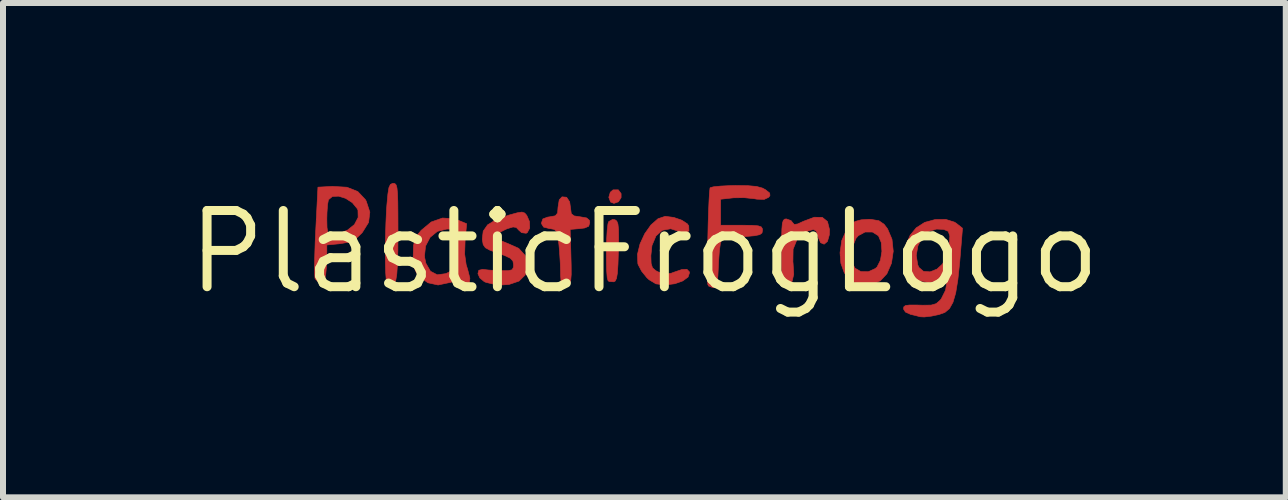
<source format=kicad_pcb>
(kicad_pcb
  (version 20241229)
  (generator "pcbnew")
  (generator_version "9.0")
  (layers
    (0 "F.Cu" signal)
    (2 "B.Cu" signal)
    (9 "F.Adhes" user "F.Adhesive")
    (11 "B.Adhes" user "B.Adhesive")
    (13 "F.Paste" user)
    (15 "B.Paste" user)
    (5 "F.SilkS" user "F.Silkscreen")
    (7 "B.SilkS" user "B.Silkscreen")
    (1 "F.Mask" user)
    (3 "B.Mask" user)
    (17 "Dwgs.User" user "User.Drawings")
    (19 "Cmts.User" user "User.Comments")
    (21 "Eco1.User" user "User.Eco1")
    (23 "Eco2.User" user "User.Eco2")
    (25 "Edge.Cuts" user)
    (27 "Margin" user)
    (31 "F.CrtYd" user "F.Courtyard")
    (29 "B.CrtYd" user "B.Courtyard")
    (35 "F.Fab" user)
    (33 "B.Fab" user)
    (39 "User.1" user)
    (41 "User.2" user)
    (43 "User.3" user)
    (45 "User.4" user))
  (footprint "PlasticFrogLogo"
    (layer "F.Cu")
    (at 7.688 1.148)
    (property "Reference" "PlasticFrogLogo" (at 0 0 0) (layer "F.SilkS") (effects (font (size 1.27 1.27) (thickness 0.15))))
    (attr through_hole)
    (fp_poly (pts (xy -0.388 -0.972) (xy -0.388 -0.905) (xy -0.433 -0.835) (xy -0.507 -0.809) (xy -0.563 -0.831) (xy -0.593 -0.91) (xy -0.568 -0.995) (xy -0.522 -1.034) (xy -0.435 -1.035) (xy -0.388 -0.972)) (stroke (width 0.01) (type solid)) (fill yes) (layer "F.Cu"))
    (fp_poly (pts (xy -0.49 -0.536) (xy -0.46 -0.514) (xy -0.441 -0.466) (xy -0.431 -0.376) (xy -0.429 -0.232) (xy -0.432 -0.017) (xy -0.433 -0.012) (xy -0.44 0.206) (xy -0.45 0.353) (xy -0.465 0.442) (xy -0.487 0.486) (xy -0.51 0.498) (xy -0.585 0.493) (xy -0.605 0.481) (xy -0.62 0.426) (xy -0.629 0.307) (xy -0.633 0.148) (xy -0.633 -0.031) (xy -0.629 -0.208) (xy -0.62 -0.361) (xy -0.607 -0.468) (xy -0.596 -0.504) (xy -0.53 -0.542) (xy -0.49 -0.536)) (stroke (width 0.01) (type solid)) (fill yes) (layer "F.Cu"))
    (fp_poly (pts (xy -4.157 -1.138) (xy -4.137 -1.116) (xy -4.123 -1.066) (xy -4.114 -0.976) (xy -4.109 -0.835) (xy -4.107 -0.632) (xy -4.106 -0.356) (xy -4.106 -0.347) (xy -4.108 -0.031) (xy -4.115 0.206) (xy -4.126 0.371) (xy -4.142 0.468) (xy -4.157 0.5) (xy -4.23 0.548) (xy -4.289 0.522) (xy -4.29 0.522) (xy -4.302 0.468) (xy -4.311 0.346) (xy -4.316 0.173) (xy -4.317 -0.035) (xy -4.314 -0.262) (xy -4.307 -0.49) (xy -4.297 -0.704) (xy -4.29 -0.794) (xy -4.274 -0.967) (xy -4.257 -1.072) (xy -4.232 -1.125) (xy -4.196 -1.142) (xy -4.185 -1.143) (xy -4.157 -1.138)) (stroke (width 0.01) (type solid)) (fill yes) (layer "F.Cu"))
    (fp_poly (pts (xy 2.965 -0.576) (xy 3.051 -0.506) (xy 3.085 -0.371) (xy 3.082 -0.284) (xy 3.05 -0.174) (xy 2.995 -0.129) (xy 2.936 -0.154) (xy 2.894 -0.251) (xy 2.866 -0.344) (xy 2.819 -0.375) (xy 2.732 -0.35) (xy 2.671 -0.319) (xy 2.544 -0.209) (xy 2.478 -0.045) (xy 2.475 0.166) (xy 2.477 0.182) (xy 2.489 0.372) (xy 2.46 0.495) (xy 2.389 0.548) (xy 2.368 0.55) (xy 2.334 0.545) (xy 2.312 0.52) (xy 2.297 0.462) (xy 2.29 0.358) (xy 2.287 0.194) (xy 2.286 0) (xy 2.287 -0.225) (xy 2.291 -0.379) (xy 2.299 -0.475) (xy 2.315 -0.526) (xy 2.339 -0.547) (xy 2.366 -0.55) (xy 2.444 -0.522) (xy 2.469 -0.49) (xy 2.497 -0.458) (xy 2.554 -0.466) (xy 2.652 -0.511) (xy 2.831 -0.578) (xy 2.965 -0.576)) (stroke (width 0.01) (type solid)) (fill yes) (layer "F.Cu"))
    (fp_poly (pts (xy 0.489 -0.575) (xy 0.622 -0.529) (xy 0.716 -0.468) (xy 0.739 -0.434) (xy 0.742 -0.351) (xy 0.687 -0.314) (xy 0.6 -0.335) (xy 0.438 -0.386) (xy 0.299 -0.361) (xy 0.193 -0.266) (xy 0.126 -0.107) (xy 0.108 0.062) (xy 0.112 0.191) (xy 0.135 0.265) (xy 0.191 0.313) (xy 0.23 0.333) (xy 0.342 0.371) (xy 0.448 0.355) (xy 0.484 0.341) (xy 0.625 0.293) (xy 0.708 0.289) (xy 0.748 0.33) (xy 0.752 0.347) (xy 0.728 0.418) (xy 0.64 0.483) (xy 0.508 0.53) (xy 0.352 0.55) (xy 0.338 0.55) (xy 0.192 0.532) (xy 0.078 0.463) (xy 0.041 0.429) (xy -0.046 0.321) (xy -0.104 0.211) (xy -0.109 0.194) (xy -0.115 0.039) (xy -0.073 -0.133) (xy 0.005 -0.302) (xy 0.109 -0.449) (xy 0.227 -0.553) (xy 0.346 -0.593) (xy 0.348 -0.593) (xy 0.489 -0.575)) (stroke (width 0.01) (type solid)) (fill yes) (layer "F.Cu"))
    (fp_poly (pts (xy 3.778 -0.542) (xy 3.908 -0.52) (xy 3.995 -0.46) (xy 4.052 -0.385) (xy 4.126 -0.211) (xy 4.147 -0.011) (xy 4.117 0.189) (xy 4.041 0.364) (xy 3.932 0.481) (xy 3.793 0.537) (xy 3.63 0.543) (xy 3.484 0.501) (xy 3.445 0.475) (xy 3.332 0.35) (xy 3.274 0.189) (xy 3.264 0.062) (xy 3.454 0.062) (xy 3.474 0.202) (xy 3.509 0.27) (xy 3.607 0.328) (xy 3.731 0.33) (xy 3.848 0.277) (xy 3.878 0.25) (xy 3.934 0.138) (xy 3.958 -0.01) (xy 3.947 -0.158) (xy 3.9 -0.269) (xy 3.799 -0.332) (xy 3.678 -0.332) (xy 3.566 -0.272) (xy 3.526 -0.226) (xy 3.472 -0.093) (xy 3.454 0.062) (xy 3.264 0.062) (xy 3.26 0.013) (xy 3.289 -0.19) (xy 3.367 -0.366) (xy 3.484 -0.49) (xy 3.513 -0.508) (xy 3.612 -0.535) (xy 3.745 -0.544) (xy 3.778 -0.542)) (stroke (width 0.01) (type solid)) (fill yes) (layer "F.Cu"))
    (fp_poly (pts (xy -1.296 -0.911) (xy -1.245 -0.834) (xy -1.228 -0.712) (xy -1.218 -0.636) (xy -1.17 -0.6) (xy -1.069 -0.585) (xy -0.961 -0.566) (xy -0.916 -0.526) (xy -0.91 -0.487) (xy -0.928 -0.428) (xy -0.995 -0.399) (xy -1.073 -0.389) (xy -1.237 -0.375) (xy -1.226 -0.008) (xy -1.22 0.219) (xy -1.219 0.374) (xy -1.227 0.471) (xy -1.244 0.524) (xy -1.272 0.546) (xy -1.312 0.55) (xy -1.364 0.539) (xy -1.389 0.49) (xy -1.397 0.384) (xy -1.397 0.345) (xy -1.402 0.182) (xy -1.414 -0.01) (xy -1.424 -0.119) (xy -1.441 -0.261) (xy -1.463 -0.339) (xy -1.501 -0.375) (xy -1.568 -0.388) (xy -1.583 -0.389) (xy -1.68 -0.414) (xy -1.714 -0.47) (xy -1.714 -0.487) (xy -1.692 -0.55) (xy -1.613 -0.58) (xy -1.577 -0.585) (xy -1.484 -0.602) (xy -1.446 -0.649) (xy -1.439 -0.745) (xy -1.419 -0.868) (xy -1.372 -0.918) (xy -1.296 -0.911)) (stroke (width 0.01) (type solid)) (fill yes) (layer "F.Cu"))
    (fp_poly (pts (xy -3.171 -0.552) (xy -3.113 -0.532) (xy -2.962 -0.47) (xy -2.988 -0.182) (xy -2.995 0.037) (xy -2.97 0.213) (xy -2.945 0.293) (xy -2.908 0.438) (xy -2.918 0.525) (xy -2.973 0.549) (xy -3.048 0.518) (xy -3.156 0.489) (xy -3.24 0.509) (xy -3.438 0.551) (xy -3.608 0.514) (xy -3.729 0.427) (xy -3.799 0.345) (xy -3.837 0.262) (xy -3.851 0.146) (xy -3.852 0.075) (xy -3.665 0.075) (xy -3.642 0.188) (xy -3.565 0.322) (xy -3.452 0.381) (xy -3.31 0.362) (xy -3.257 0.337) (xy -3.215 0.304) (xy -3.19 0.245) (xy -3.178 0.143) (xy -3.175 -0.023) (xy -3.175 -0.044) (xy -3.175 -0.381) (xy -3.293 -0.381) (xy -3.449 -0.343) (xy -3.571 -0.243) (xy -3.647 -0.097) (xy -3.665 0.075) (xy -3.852 0.075) (xy -3.852 0.047) (xy -3.847 -0.107) (xy -3.823 -0.211) (xy -3.768 -0.301) (xy -3.721 -0.358) (xy -3.552 -0.499) (xy -3.364 -0.565) (xy -3.171 -0.552)) (stroke (width 0.01) (type solid)) (fill yes) (layer "F.Cu"))
    (fp_poly (pts (xy -4.957 -1.078) (xy -4.776 -1.006) (xy -4.652 -0.875) (xy -4.636 -0.848) (xy -4.575 -0.663) (xy -4.596 -0.492) (xy -4.699 -0.326) (xy -4.712 -0.311) (xy -4.816 -0.213) (xy -4.922 -0.162) (xy -5.069 -0.138) (xy -5.072 -0.137) (xy -5.292 -0.116) (xy -5.292 0.101) (xy -5.298 0.247) (xy -5.31 0.372) (xy -5.318 0.413) (xy -5.366 0.49) (xy -5.431 0.503) (xy -5.486 0.449) (xy -5.489 0.442) (xy -5.495 0.379) (xy -5.497 0.248) (xy -5.493 0.062) (xy -5.486 -0.162) (xy -5.477 -0.352) (xy -5.467 -0.547) (xy -5.292 -0.547) (xy -5.289 -0.407) (xy -5.277 -0.332) (xy -5.246 -0.302) (xy -5.187 -0.296) (xy -5.184 -0.296) (xy -5.068 -0.316) (xy -4.949 -0.362) (xy -4.832 -0.456) (xy -4.77 -0.575) (xy -4.773 -0.696) (xy -4.784 -0.72) (xy -4.867 -0.821) (xy -4.979 -0.893) (xy -5.097 -0.929) (xy -5.2 -0.924) (xy -5.264 -0.87) (xy -5.266 -0.864) (xy -5.28 -0.787) (xy -5.289 -0.658) (xy -5.292 -0.547) (xy -5.467 -0.547) (xy -5.44 -1.079) (xy -5.198 -1.092) (xy -4.957 -1.078)) (stroke (width 0.01) (type solid)) (fill yes) (layer "F.Cu"))
    (fp_poly (pts (xy -1.994 -0.648) (xy -1.96 -0.609) (xy -1.914 -0.504) (xy -1.911 -0.398) (xy -1.951 -0.322) (xy -1.971 -0.311) (xy -2.046 -0.321) (xy -2.092 -0.362) (xy -2.135 -0.408) (xy -2.189 -0.416) (xy -2.283 -0.388) (xy -2.312 -0.376) (xy -2.433 -0.315) (xy -2.468 -0.256) (xy -2.419 -0.198) (xy -2.286 -0.144) (xy -2.277 -0.141) (xy -2.095 -0.06) (xy -1.987 0.059) (xy -1.948 0.222) (xy -1.947 0.239) (xy -1.985 0.383) (xy -2.09 0.486) (xy -2.255 0.542) (xy -2.366 0.55) (xy -2.51 0.538) (xy -2.637 0.508) (xy -2.667 0.496) (xy -2.742 0.434) (xy -2.774 0.362) (xy -2.759 0.306) (xy -2.695 0.29) (xy -2.688 0.291) (xy -2.596 0.302) (xy -2.461 0.31) (xy -2.392 0.312) (xy -2.266 0.312) (xy -2.204 0.297) (xy -2.182 0.256) (xy -2.18 0.213) (xy -2.191 0.151) (xy -2.236 0.104) (xy -2.332 0.059) (xy -2.434 0.022) (xy -2.573 -0.028) (xy -2.65 -0.07) (xy -2.686 -0.122) (xy -2.7 -0.202) (xy -2.701 -0.217) (xy -2.686 -0.346) (xy -2.613 -0.451) (xy -2.471 -0.538) (xy -2.254 -0.615) (xy -2.253 -0.615) (xy -2.118 -0.652) (xy -2.04 -0.664) (xy -1.994 -0.648)) (stroke (width 0.01) (type solid)) (fill yes) (layer "F.Cu"))
    (fp_poly (pts (xy 1.725 -1.104) (xy 1.869 -1.091) (xy 1.967 -1.064) (xy 2.016 -1.038) (xy 2.088 -0.981) (xy 2.092 -0.938) (xy 2.069 -0.909) (xy 1.996 -0.875) (xy 1.875 -0.879) (xy 1.829 -0.887) (xy 1.664 -0.904) (xy 1.488 -0.902) (xy 1.459 -0.899) (xy 1.27 -0.878) (xy 1.27 -0.661) (xy 1.27 -0.445) (xy 1.619 -0.445) (xy 1.791 -0.443) (xy 1.895 -0.435) (xy 1.948 -0.417) (xy 1.967 -0.385) (xy 1.968 -0.36) (xy 1.96 -0.316) (xy 1.922 -0.288) (xy 1.838 -0.27) (xy 1.691 -0.257) (xy 1.644 -0.254) (xy 1.484 -0.24) (xy 1.358 -0.221) (xy 1.289 -0.201) (xy 1.284 -0.198) (xy 1.267 -0.142) (xy 1.25 -0.023) (xy 1.238 0.138) (xy 1.234 0.215) (xy 1.225 0.396) (xy 1.213 0.508) (xy 1.194 0.568) (xy 1.164 0.59) (xy 1.139 0.593) (xy 1.071 0.569) (xy 1.056 0.54) (xy 1.052 0.406) (xy 1.051 0.224) (xy 1.053 0.009) (xy 1.057 -0.221) (xy 1.062 -0.452) (xy 1.069 -0.668) (xy 1.077 -0.852) (xy 1.085 -0.988) (xy 1.093 -1.062) (xy 1.096 -1.07) (xy 1.15 -1.085) (xy 1.268 -1.097) (xy 1.429 -1.105) (xy 1.517 -1.107) (xy 1.725 -1.104)) (stroke (width 0.01) (type solid)) (fill yes) (layer "F.Cu"))
    (fp_poly (pts (xy 5.172 -0.494) (xy 5.201 -0.474) (xy 5.301 -0.395) (xy 5.255 0.164) (xy 5.224 0.46) (xy 5.188 0.682) (xy 5.142 0.84) (xy 5.083 0.945) (xy 5.009 1.007) (xy 5.005 1.009) (xy 4.91 1.043) (xy 4.783 1.07) (xy 4.663 1.084) (xy 4.593 1.08) (xy 4.523 1.061) (xy 4.434 1.04) (xy 4.35 1.002) (xy 4.318 0.952) (xy 4.323 0.915) (xy 4.35 0.894) (xy 4.416 0.885) (xy 4.539 0.885) (xy 4.641 0.888) (xy 4.778 0.886) (xy 4.863 0.862) (xy 4.929 0.804) (xy 4.948 0.78) (xy 5.019 0.637) (xy 5.038 0.517) (xy 5.034 0.421) (xy 5.016 0.397) (xy 4.969 0.43) (xy 4.96 0.438) (xy 4.866 0.486) (xy 4.739 0.508) (xy 4.725 0.508) (xy 4.561 0.473) (xy 4.438 0.378) (xy 4.36 0.239) (xy 4.33 0.073) (xy 4.332 0.058) (xy 4.53 0.058) (xy 4.555 0.215) (xy 4.575 0.259) (xy 4.651 0.324) (xy 4.76 0.332) (xy 4.876 0.286) (xy 4.967 0.202) (xy 5.024 0.09) (xy 5.068 -0.06) (xy 5.08 -0.124) (xy 5.09 -0.265) (xy 5.064 -0.343) (xy 4.988 -0.375) (xy 4.869 -0.381) (xy 4.738 -0.343) (xy 4.631 -0.243) (xy 4.558 -0.102) (xy 4.53 0.058) (xy 4.332 0.058) (xy 4.352 -0.105) (xy 4.429 -0.279) (xy 4.53 -0.402) (xy 4.672 -0.493) (xy 4.846 -0.54) (xy 5.023 -0.542) (xy 5.172 -0.494)) (stroke (width 0.01) (type solid)) (fill yes) (layer "F.Cu")))
  (gr_rect
    (start -3 -3)
    (end 18.376 5.237)
    (stroke (width 0.1) (type default))
    (fill no)
    (layer "Edge.Cuts")))
</source>
